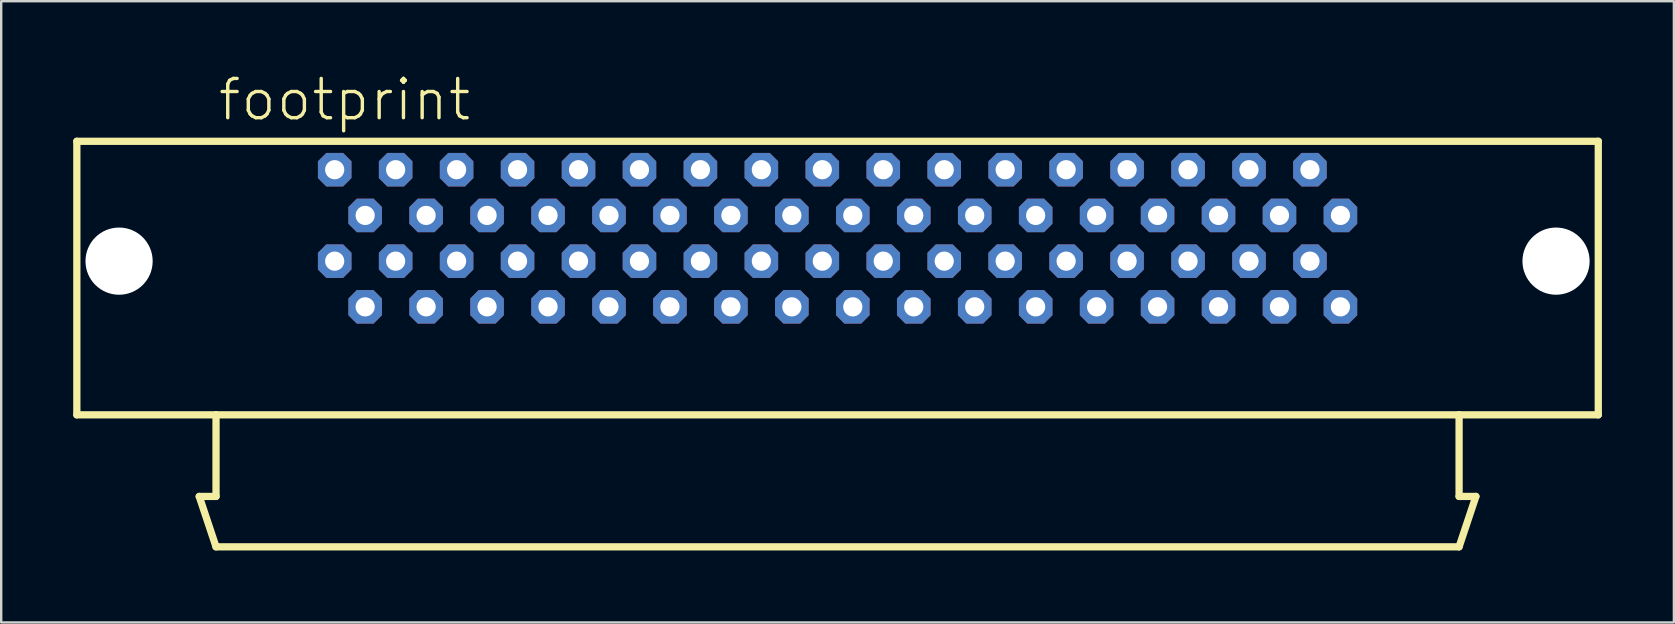
<source format=kicad_pcb>
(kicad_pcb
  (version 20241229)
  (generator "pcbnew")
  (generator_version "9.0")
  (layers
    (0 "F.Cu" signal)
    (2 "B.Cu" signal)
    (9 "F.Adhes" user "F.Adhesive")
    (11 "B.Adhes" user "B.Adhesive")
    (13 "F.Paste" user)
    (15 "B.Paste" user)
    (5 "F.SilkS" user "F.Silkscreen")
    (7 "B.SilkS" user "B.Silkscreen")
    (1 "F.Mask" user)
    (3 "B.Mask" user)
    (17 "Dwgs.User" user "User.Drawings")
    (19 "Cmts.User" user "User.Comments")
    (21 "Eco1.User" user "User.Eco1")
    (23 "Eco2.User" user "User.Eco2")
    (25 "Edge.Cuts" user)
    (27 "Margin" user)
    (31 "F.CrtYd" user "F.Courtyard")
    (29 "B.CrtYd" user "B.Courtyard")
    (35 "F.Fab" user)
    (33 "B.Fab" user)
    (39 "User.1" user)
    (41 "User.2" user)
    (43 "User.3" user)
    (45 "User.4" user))
  (footprint "footprint"
    (layer "F.Cu")
    (at 31.852 9.737)
    (property "Reference" "footprint" (at -25.895 -7.675 0) (layer "F.SilkS") (effects (font (size 1.636 1.636) (thickness 0.142)) (justify left bottom)))
    (fp_line (start -31.7 -6.9) (end 31.7 -6.9) (stroke (width 0.303) (type solid)) (layer "F.SilkS"))
    (fp_line (start -31.7 4.5) (end -31.7 -6.9) (stroke (width 0.303) (type solid)) (layer "F.SilkS"))
    (fp_line (start -26.6 7.9) (end -25.9 10) (stroke (width 0.303) (type solid)) (layer "F.SilkS"))
    (fp_line (start -25.9 4.5) (end -31.7 4.5) (stroke (width 0.303) (type solid)) (layer "F.SilkS"))
    (fp_line (start -25.9 4.5) (end -25.9 7.9) (stroke (width 0.303) (type solid)) (layer "F.SilkS"))
    (fp_line (start -25.9 7.9) (end -26.6 7.9) (stroke (width 0.303) (type solid)) (layer "F.SilkS"))
    (fp_line (start -25.9 10) (end 25.9 10) (stroke (width 0.303) (type solid)) (layer "F.SilkS"))
    (fp_line (start 25.9 4.5) (end -25.9 4.5) (stroke (width 0.303) (type solid)) (layer "F.SilkS"))
    (fp_line (start 25.9 7.9) (end 25.9 4.5) (stroke (width 0.303) (type solid)) (layer "F.SilkS"))
    (fp_line (start 25.9 10) (end 26.6 7.9) (stroke (width 0.303) (type solid)) (layer "F.SilkS"))
    (fp_line (start 26.6 7.9) (end 25.9 7.9) (stroke (width 0.303) (type solid)) (layer "F.SilkS"))
    (fp_line (start 31.7 -6.9) (end 31.7 4.5) (stroke (width 0.303) (type solid)) (layer "F.SilkS"))
    (fp_line (start 31.7 4.5) (end 25.9 4.5) (stroke (width 0.303) (type solid)) (layer "F.SilkS"))
    (pad "" np_thru_hole circle (at -29.94 -1.905) (size 2.8 2.8) (drill 2.8) (layers "*.Cu" "*.Mask"))
    (pad "" np_thru_hole circle (at 29.94 -1.905) (size 2.8 2.8) (drill 2.8) (layers "*.Cu" "*.Mask"))
    (pad "1" thru_hole roundrect (at -20.955 -5.715) (size 1.397 1.397) (drill 0.8) (layers "*.Cu" "*.Mask") (roundrect_rratio 0.25) (chamfer_ratio 0.25) (chamfer top_left top_right bottom_left bottom_right))
    (pad "2" thru_hole roundrect (at -19.685 -3.81) (size 1.397 1.397) (drill 0.8) (layers "*.Cu" "*.Mask") (roundrect_rratio 0.25) (chamfer_ratio 0.25) (chamfer top_left top_right bottom_left bottom_right))
    (pad "3" thru_hole roundrect (at -18.415 -5.715) (size 1.397 1.397) (drill 0.8) (layers "*.Cu" "*.Mask") (roundrect_rratio 0.25) (chamfer_ratio 0.25) (chamfer top_left top_right bottom_left bottom_right))
    (pad "4" thru_hole roundrect (at -17.145 -3.81) (size 1.397 1.397) (drill 0.8) (layers "*.Cu" "*.Mask") (roundrect_rratio 0.25) (chamfer_ratio 0.25) (chamfer top_left top_right bottom_left bottom_right))
    (pad "5" thru_hole roundrect (at -15.875 -5.715) (size 1.397 1.397) (drill 0.8) (layers "*.Cu" "*.Mask") (roundrect_rratio 0.25) (chamfer_ratio 0.25) (chamfer top_left top_right bottom_left bottom_right))
    (pad "6" thru_hole roundrect (at -14.605 -3.81) (size 1.397 1.397) (drill 0.8) (layers "*.Cu" "*.Mask") (roundrect_rratio 0.25) (chamfer_ratio 0.25) (chamfer top_left top_right bottom_left bottom_right))
    (pad "7" thru_hole roundrect (at -13.335 -5.715) (size 1.397 1.397) (drill 0.8) (layers "*.Cu" "*.Mask") (roundrect_rratio 0.25) (chamfer_ratio 0.25) (chamfer top_left top_right bottom_left bottom_right))
    (pad "8" thru_hole roundrect (at -12.065 -3.81) (size 1.397 1.397) (drill 0.8) (layers "*.Cu" "*.Mask") (roundrect_rratio 0.25) (chamfer_ratio 0.25) (chamfer top_left top_right bottom_left bottom_right))
    (pad "9" thru_hole roundrect (at -10.795 -5.715) (size 1.397 1.397) (drill 0.8) (layers "*.Cu" "*.Mask") (roundrect_rratio 0.25) (chamfer_ratio 0.25) (chamfer top_left top_right bottom_left bottom_right))
    (pad "10" thru_hole roundrect (at -9.525 -3.81) (size 1.397 1.397) (drill 0.8) (layers "*.Cu" "*.Mask") (roundrect_rratio 0.25) (chamfer_ratio 0.25) (chamfer top_left top_right bottom_left bottom_right))
    (pad "11" thru_hole roundrect (at -8.255 -5.715) (size 1.397 1.397) (drill 0.8) (layers "*.Cu" "*.Mask") (roundrect_rratio 0.25) (chamfer_ratio 0.25) (chamfer top_left top_right bottom_left bottom_right))
    (pad "12" thru_hole roundrect (at -6.985 -3.81) (size 1.397 1.397) (drill 0.8) (layers "*.Cu" "*.Mask") (roundrect_rratio 0.25) (chamfer_ratio 0.25) (chamfer top_left top_right bottom_left bottom_right))
    (pad "13" thru_hole roundrect (at -5.715 -5.715) (size 1.397 1.397) (drill 0.8) (layers "*.Cu" "*.Mask") (roundrect_rratio 0.25) (chamfer_ratio 0.25) (chamfer top_left top_right bottom_left bottom_right))
    (pad "14" thru_hole roundrect (at -4.445 -3.81) (size 1.397 1.397) (drill 0.8) (layers "*.Cu" "*.Mask") (roundrect_rratio 0.25) (chamfer_ratio 0.25) (chamfer top_left top_right bottom_left bottom_right))
    (pad "15" thru_hole roundrect (at -3.175 -5.715) (size 1.397 1.397) (drill 0.8) (layers "*.Cu" "*.Mask") (roundrect_rratio 0.25) (chamfer_ratio 0.25) (chamfer top_left top_right bottom_left bottom_right))
    (pad "16" thru_hole roundrect (at -1.905 -3.81) (size 1.397 1.397) (drill 0.8) (layers "*.Cu" "*.Mask") (roundrect_rratio 0.25) (chamfer_ratio 0.25) (chamfer top_left top_right bottom_left bottom_right))
    (pad "17" thru_hole roundrect (at -0.635 -5.715) (size 1.397 1.397) (drill 0.8) (layers "*.Cu" "*.Mask") (roundrect_rratio 0.25) (chamfer_ratio 0.25) (chamfer top_left top_right bottom_left bottom_right))
    (pad "18" thru_hole roundrect (at 0.635 -3.81) (size 1.397 1.397) (drill 0.8) (layers "*.Cu" "*.Mask") (roundrect_rratio 0.25) (chamfer_ratio 0.25) (chamfer top_left top_right bottom_left bottom_right))
    (pad "19" thru_hole roundrect (at 1.905 -5.715) (size 1.397 1.397) (drill 0.8) (layers "*.Cu" "*.Mask") (roundrect_rratio 0.25) (chamfer_ratio 0.25) (chamfer top_left top_right bottom_left bottom_right))
    (pad "20" thru_hole roundrect (at 3.175 -3.81) (size 1.397 1.397) (drill 0.8) (layers "*.Cu" "*.Mask") (roundrect_rratio 0.25) (chamfer_ratio 0.25) (chamfer top_left top_right bottom_left bottom_right))
    (pad "21" thru_hole roundrect (at 4.445 -5.715) (size 1.397 1.397) (drill 0.8) (layers "*.Cu" "*.Mask") (roundrect_rratio 0.25) (chamfer_ratio 0.25) (chamfer top_left top_right bottom_left bottom_right))
    (pad "22" thru_hole roundrect (at 5.715 -3.81) (size 1.397 1.397) (drill 0.8) (layers "*.Cu" "*.Mask") (roundrect_rratio 0.25) (chamfer_ratio 0.25) (chamfer top_left top_right bottom_left bottom_right))
    (pad "23" thru_hole roundrect (at 6.985 -5.715) (size 1.397 1.397) (drill 0.8) (layers "*.Cu" "*.Mask") (roundrect_rratio 0.25) (chamfer_ratio 0.25) (chamfer top_left top_right bottom_left bottom_right))
    (pad "24" thru_hole roundrect (at 8.255 -3.81) (size 1.397 1.397) (drill 0.8) (layers "*.Cu" "*.Mask") (roundrect_rratio 0.25) (chamfer_ratio 0.25) (chamfer top_left top_right bottom_left bottom_right))
    (pad "25" thru_hole roundrect (at 9.525 -5.715) (size 1.397 1.397) (drill 0.8) (layers "*.Cu" "*.Mask") (roundrect_rratio 0.25) (chamfer_ratio 0.25) (chamfer top_left top_right bottom_left bottom_right))
    (pad "26" thru_hole roundrect (at 10.795 -3.81) (size 1.397 1.397) (drill 0.8) (layers "*.Cu" "*.Mask") (roundrect_rratio 0.25) (chamfer_ratio 0.25) (chamfer top_left top_right bottom_left bottom_right))
    (pad "27" thru_hole roundrect (at 12.065 -5.715) (size 1.397 1.397) (drill 0.8) (layers "*.Cu" "*.Mask") (roundrect_rratio 0.25) (chamfer_ratio 0.25) (chamfer top_left top_right bottom_left bottom_right))
    (pad "28" thru_hole roundrect (at 13.335 -3.81) (size 1.397 1.397) (drill 0.8) (layers "*.Cu" "*.Mask") (roundrect_rratio 0.25) (chamfer_ratio 0.25) (chamfer top_left top_right bottom_left bottom_right))
    (pad "29" thru_hole roundrect (at 14.605 -5.715) (size 1.397 1.397) (drill 0.8) (layers "*.Cu" "*.Mask") (roundrect_rratio 0.25) (chamfer_ratio 0.25) (chamfer top_left top_right bottom_left bottom_right))
    (pad "30" thru_hole roundrect (at 15.875 -3.81) (size 1.397 1.397) (drill 0.8) (layers "*.Cu" "*.Mask") (roundrect_rratio 0.25) (chamfer_ratio 0.25) (chamfer top_left top_right bottom_left bottom_right))
    (pad "31" thru_hole roundrect (at 17.145 -5.715) (size 1.397 1.397) (drill 0.8) (layers "*.Cu" "*.Mask") (roundrect_rratio 0.25) (chamfer_ratio 0.25) (chamfer top_left top_right bottom_left bottom_right))
    (pad "32" thru_hole roundrect (at 18.415 -3.81) (size 1.397 1.397) (drill 0.8) (layers "*.Cu" "*.Mask") (roundrect_rratio 0.25) (chamfer_ratio 0.25) (chamfer top_left top_right bottom_left bottom_right))
    (pad "33" thru_hole roundrect (at 19.685 -5.715) (size 1.397 1.397) (drill 0.8) (layers "*.Cu" "*.Mask") (roundrect_rratio 0.25) (chamfer_ratio 0.25) (chamfer top_left top_right bottom_left bottom_right))
    (pad "34" thru_hole roundrect (at 20.955 -3.81) (size 1.397 1.397) (drill 0.8) (layers "*.Cu" "*.Mask") (roundrect_rratio 0.25) (chamfer_ratio 0.25) (chamfer top_left top_right bottom_left bottom_right))
    (pad "35" thru_hole roundrect (at -20.955 -1.905) (size 1.397 1.397) (drill 0.8) (layers "*.Cu" "*.Mask") (roundrect_rratio 0.25) (chamfer_ratio 0.25) (chamfer top_left top_right bottom_left bottom_right))
    (pad "36" thru_hole roundrect (at -18.415 -1.905) (size 1.397 1.397) (drill 0.8) (layers "*.Cu" "*.Mask") (roundrect_rratio 0.25) (chamfer_ratio 0.25) (chamfer top_left top_right bottom_left bottom_right))
    (pad "37" thru_hole roundrect (at -15.875 -1.905) (size 1.397 1.397) (drill 0.8) (layers "*.Cu" "*.Mask") (roundrect_rratio 0.25) (chamfer_ratio 0.25) (chamfer top_left top_right bottom_left bottom_right))
    (pad "38" thru_hole roundrect (at -13.335 -1.905) (size 1.397 1.397) (drill 0.8) (layers "*.Cu" "*.Mask") (roundrect_rratio 0.25) (chamfer_ratio 0.25) (chamfer top_left top_right bottom_left bottom_right))
    (pad "39" thru_hole roundrect (at -10.795 -1.905) (size 1.397 1.397) (drill 0.8) (layers "*.Cu" "*.Mask") (roundrect_rratio 0.25) (chamfer_ratio 0.25) (chamfer top_left top_right bottom_left bottom_right))
    (pad "40" thru_hole roundrect (at -8.255 -1.905) (size 1.397 1.397) (drill 0.8) (layers "*.Cu" "*.Mask") (roundrect_rratio 0.25) (chamfer_ratio 0.25) (chamfer top_left top_right bottom_left bottom_right))
    (pad "41" thru_hole roundrect (at -5.715 -1.905) (size 1.397 1.397) (drill 0.8) (layers "*.Cu" "*.Mask") (roundrect_rratio 0.25) (chamfer_ratio 0.25) (chamfer top_left top_right bottom_left bottom_right))
    (pad "42" thru_hole roundrect (at -3.175 -1.905) (size 1.397 1.397) (drill 0.8) (layers "*.Cu" "*.Mask") (roundrect_rratio 0.25) (chamfer_ratio 0.25) (chamfer top_left top_right bottom_left bottom_right))
    (pad "43" thru_hole roundrect (at -0.635 -1.905) (size 1.397 1.397) (drill 0.8) (layers "*.Cu" "*.Mask") (roundrect_rratio 0.25) (chamfer_ratio 0.25) (chamfer top_left top_right bottom_left bottom_right))
    (pad "44" thru_hole roundrect (at 1.905 -1.905) (size 1.397 1.397) (drill 0.8) (layers "*.Cu" "*.Mask") (roundrect_rratio 0.25) (chamfer_ratio 0.25) (chamfer top_left top_right bottom_left bottom_right))
    (pad "45" thru_hole roundrect (at 4.445 -1.905) (size 1.397 1.397) (drill 0.8) (layers "*.Cu" "*.Mask") (roundrect_rratio 0.25) (chamfer_ratio 0.25) (chamfer top_left top_right bottom_left bottom_right))
    (pad "46" thru_hole roundrect (at 6.985 -1.905) (size 1.397 1.397) (drill 0.8) (layers "*.Cu" "*.Mask") (roundrect_rratio 0.25) (chamfer_ratio 0.25) (chamfer top_left top_right bottom_left bottom_right))
    (pad "47" thru_hole roundrect (at 9.525 -1.905) (size 1.397 1.397) (drill 0.8) (layers "*.Cu" "*.Mask") (roundrect_rratio 0.25) (chamfer_ratio 0.25) (chamfer top_left top_right bottom_left bottom_right))
    (pad "48" thru_hole roundrect (at 12.065 -1.905) (size 1.397 1.397) (drill 0.8) (layers "*.Cu" "*.Mask") (roundrect_rratio 0.25) (chamfer_ratio 0.25) (chamfer top_left top_right bottom_left bottom_right))
    (pad "49" thru_hole roundrect (at 14.605 -1.905) (size 1.397 1.397) (drill 0.8) (layers "*.Cu" "*.Mask") (roundrect_rratio 0.25) (chamfer_ratio 0.25) (chamfer top_left top_right bottom_left bottom_right))
    (pad "50" thru_hole roundrect (at 17.145 -1.905) (size 1.397 1.397) (drill 0.8) (layers "*.Cu" "*.Mask") (roundrect_rratio 0.25) (chamfer_ratio 0.25) (chamfer top_left top_right bottom_left bottom_right))
    (pad "51" thru_hole roundrect (at 19.685 -1.905) (size 1.397 1.397) (drill 0.8) (layers "*.Cu" "*.Mask") (roundrect_rratio 0.25) (chamfer_ratio 0.25) (chamfer top_left top_right bottom_left bottom_right))
    (pad "52" thru_hole roundrect (at -19.685 0) (size 1.397 1.397) (drill 0.8) (layers "*.Cu" "*.Mask") (roundrect_rratio 0.25) (chamfer_ratio 0.25) (chamfer top_left top_right bottom_left bottom_right))
    (pad "53" thru_hole roundrect (at -17.145 0) (size 1.397 1.397) (drill 0.8) (layers "*.Cu" "*.Mask") (roundrect_rratio 0.25) (chamfer_ratio 0.25) (chamfer top_left top_right bottom_left bottom_right))
    (pad "54" thru_hole roundrect (at -14.605 0) (size 1.397 1.397) (drill 0.8) (layers "*.Cu" "*.Mask") (roundrect_rratio 0.25) (chamfer_ratio 0.25) (chamfer top_left top_right bottom_left bottom_right))
    (pad "55" thru_hole roundrect (at -12.065 0) (size 1.397 1.397) (drill 0.8) (layers "*.Cu" "*.Mask") (roundrect_rratio 0.25) (chamfer_ratio 0.25) (chamfer top_left top_right bottom_left bottom_right))
    (pad "56" thru_hole roundrect (at -9.525 0) (size 1.397 1.397) (drill 0.8) (layers "*.Cu" "*.Mask") (roundrect_rratio 0.25) (chamfer_ratio 0.25) (chamfer top_left top_right bottom_left bottom_right))
    (pad "57" thru_hole roundrect (at -6.985 0) (size 1.397 1.397) (drill 0.8) (layers "*.Cu" "*.Mask") (roundrect_rratio 0.25) (chamfer_ratio 0.25) (chamfer top_left top_right bottom_left bottom_right))
    (pad "58" thru_hole roundrect (at -4.445 0) (size 1.397 1.397) (drill 0.8) (layers "*.Cu" "*.Mask") (roundrect_rratio 0.25) (chamfer_ratio 0.25) (chamfer top_left top_right bottom_left bottom_right))
    (pad "59" thru_hole roundrect (at -1.905 0) (size 1.397 1.397) (drill 0.8) (layers "*.Cu" "*.Mask") (roundrect_rratio 0.25) (chamfer_ratio 0.25) (chamfer top_left top_right bottom_left bottom_right))
    (pad "60" thru_hole roundrect (at 0.635 0) (size 1.397 1.397) (drill 0.8) (layers "*.Cu" "*.Mask") (roundrect_rratio 0.25) (chamfer_ratio 0.25) (chamfer top_left top_right bottom_left bottom_right))
    (pad "61" thru_hole roundrect (at 3.175 0) (size 1.397 1.397) (drill 0.8) (layers "*.Cu" "*.Mask") (roundrect_rratio 0.25) (chamfer_ratio 0.25) (chamfer top_left top_right bottom_left bottom_right))
    (pad "62" thru_hole roundrect (at 5.715 0) (size 1.397 1.397) (drill 0.8) (layers "*.Cu" "*.Mask") (roundrect_rratio 0.25) (chamfer_ratio 0.25) (chamfer top_left top_right bottom_left bottom_right))
    (pad "63" thru_hole roundrect (at 8.255 0) (size 1.397 1.397) (drill 0.8) (layers "*.Cu" "*.Mask") (roundrect_rratio 0.25) (chamfer_ratio 0.25) (chamfer top_left top_right bottom_left bottom_right))
    (pad "64" thru_hole roundrect (at 10.795 0) (size 1.397 1.397) (drill 0.8) (layers "*.Cu" "*.Mask") (roundrect_rratio 0.25) (chamfer_ratio 0.25) (chamfer top_left top_right bottom_left bottom_right))
    (pad "65" thru_hole roundrect (at 13.335 0) (size 1.397 1.397) (drill 0.8) (layers "*.Cu" "*.Mask") (roundrect_rratio 0.25) (chamfer_ratio 0.25) (chamfer top_left top_right bottom_left bottom_right))
    (pad "66" thru_hole roundrect (at 15.875 0) (size 1.397 1.397) (drill 0.8) (layers "*.Cu" "*.Mask") (roundrect_rratio 0.25) (chamfer_ratio 0.25) (chamfer top_left top_right bottom_left bottom_right))
    (pad "67" thru_hole roundrect (at 18.415 0) (size 1.397 1.397) (drill 0.8) (layers "*.Cu" "*.Mask") (roundrect_rratio 0.25) (chamfer_ratio 0.25) (chamfer top_left top_right bottom_left bottom_right))
    (pad "68" thru_hole roundrect (at 20.955 0) (size 1.397 1.397) (drill 0.8) (layers "*.Cu" "*.Mask") (roundrect_rratio 0.25) (chamfer_ratio 0.25) (chamfer top_left top_right bottom_left bottom_right)))
  (gr_rect
    (start -3 -3)
    (end 66.703 22.889)
    (stroke (width 0.1) (type default))
    (fill no)
    (layer "Edge.Cuts")))
</source>
